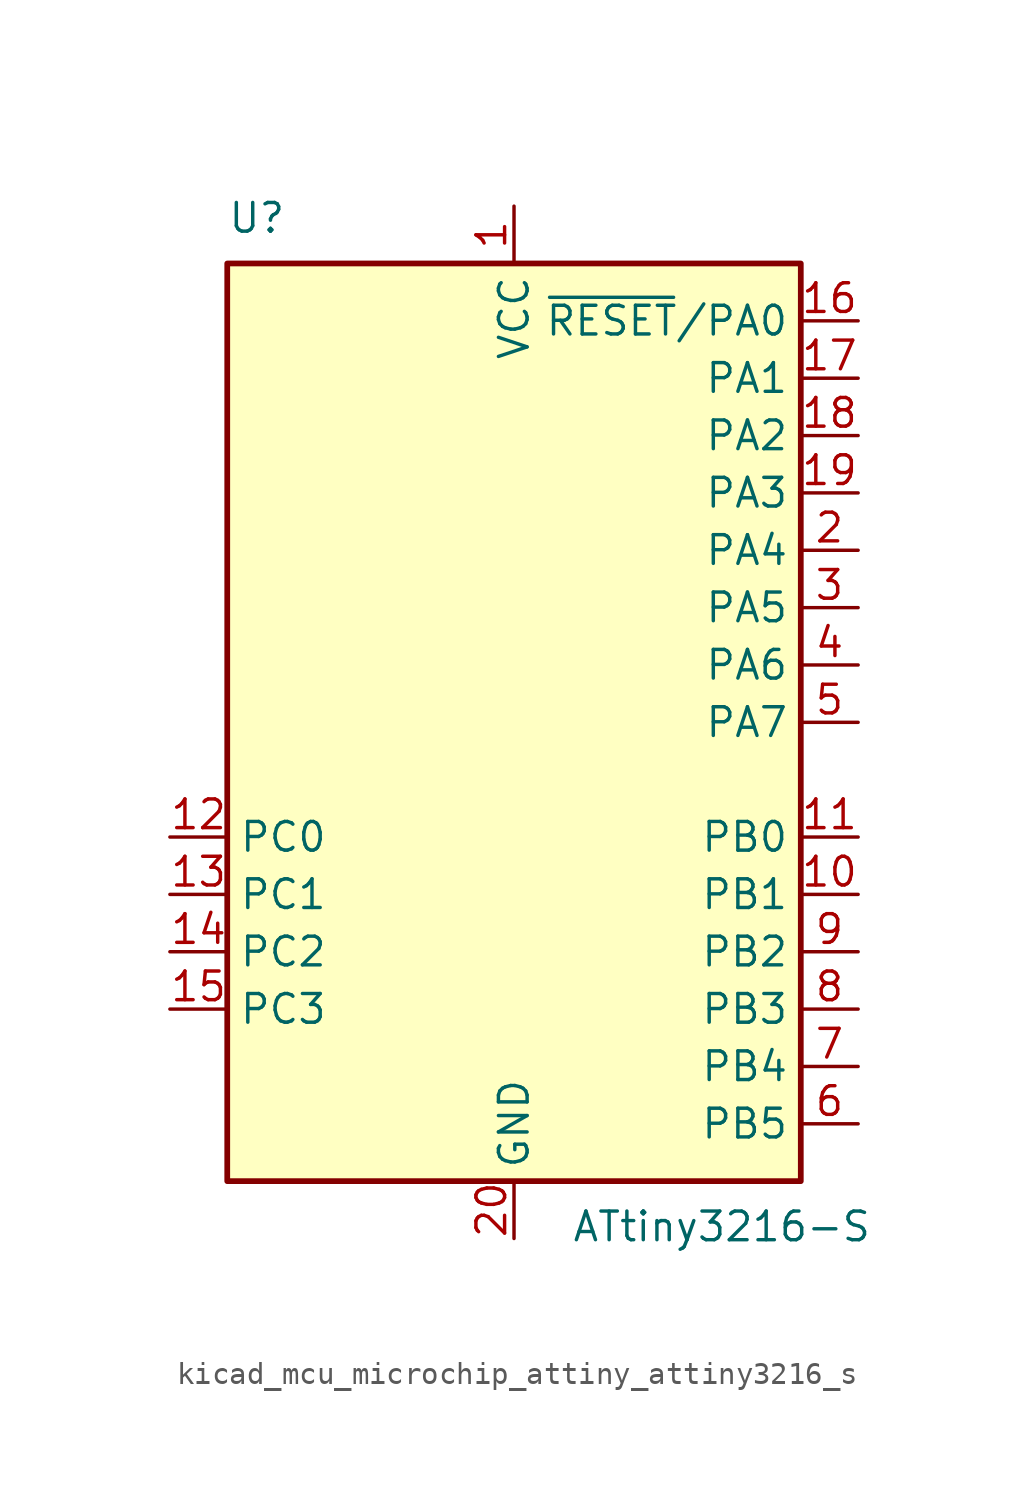
<source format=kicad_sym>
(kicad_symbol_lib
  (version 20220914)
  (generator kicad_symbol_editor)
  (symbol "kicad_mcu_microchip_attiny_attiny3216_s"
    (property "Reference" "U"
      (at -12.7 21.59 0)
      (effects (font (size 1.27 1.27)) (justify left bottom)))
    (property "Value" "ATtiny3216-S"
      (at 2.54 -21.59 0)
      (effects (font (size 1.27 1.27)) (justify left top)))
    (symbol "kicad_mcu_microchip_attiny_attiny3216_s_0_1"
      (rectangle (start -12.7 -20.32) (end 12.7 20.32) (stroke (width 0.254) (type default)) (fill (type background))))
    (symbol "kicad_mcu_microchip_attiny_attiny3216_s_1_1"
      (pin power_in line (at 0 22.86 270) (length 2.54) (name "VCC" (effects (font (size 1.27 1.27)))) (number "1" (effects (font (size 1.27 1.27)))))
      (pin bidirectional line (at 15.24 -7.62 180) (length 2.54) (name "PB1" (effects (font (size 1.27 1.27)))) (number "10" (effects (font (size 1.27 1.27)))))
      (pin bidirectional line (at 15.24 -5.08 180) (length 2.54) (name "PB0" (effects (font (size 1.27 1.27)))) (number "11" (effects (font (size 1.27 1.27)))))
      (pin bidirectional line (at -15.24 -5.08 0) (length 2.54) (name "PC0" (effects (font (size 1.27 1.27)))) (number "12" (effects (font (size 1.27 1.27)))))
      (pin bidirectional line (at -15.24 -7.62 0) (length 2.54) (name "PC1" (effects (font (size 1.27 1.27)))) (number "13" (effects (font (size 1.27 1.27)))))
      (pin bidirectional line (at -15.24 -10.16 0) (length 2.54) (name "PC2" (effects (font (size 1.27 1.27)))) (number "14" (effects (font (size 1.27 1.27)))))
      (pin bidirectional line (at -15.24 -12.7 0) (length 2.54) (name "PC3" (effects (font (size 1.27 1.27)))) (number "15" (effects (font (size 1.27 1.27)))))
      (pin bidirectional line (at 15.24 17.78 180) (length 2.54) (name "~{RESET}/PA0" (effects (font (size 1.27 1.27)))) (number "16" (effects (font (size 1.27 1.27)))))
      (pin bidirectional line (at 15.24 15.24 180) (length 2.54) (name "PA1" (effects (font (size 1.27 1.27)))) (number "17" (effects (font (size 1.27 1.27)))))
      (pin bidirectional line (at 15.24 12.7 180) (length 2.54) (name "PA2" (effects (font (size 1.27 1.27)))) (number "18" (effects (font (size 1.27 1.27)))))
      (pin bidirectional line (at 15.24 10.16 180) (length 2.54) (name "PA3" (effects (font (size 1.27 1.27)))) (number "19" (effects (font (size 1.27 1.27)))))
      (pin bidirectional line (at 15.24 7.62 180) (length 2.54) (name "PA4" (effects (font (size 1.27 1.27)))) (number "2" (effects (font (size 1.27 1.27)))))
      (pin power_in line (at 0 -22.86 90) (length 2.54) (name "GND" (effects (font (size 1.27 1.27)))) (number "20" (effects (font (size 1.27 1.27)))))
      (pin bidirectional line (at 15.24 5.08 180) (length 2.54) (name "PA5" (effects (font (size 1.27 1.27)))) (number "3" (effects (font (size 1.27 1.27)))))
      (pin bidirectional line (at 15.24 2.54 180) (length 2.54) (name "PA6" (effects (font (size 1.27 1.27)))) (number "4" (effects (font (size 1.27 1.27)))))
      (pin bidirectional line (at 15.24 0 180) (length 2.54) (name "PA7" (effects (font (size 1.27 1.27)))) (number "5" (effects (font (size 1.27 1.27)))))
      (pin bidirectional line (at 15.24 -17.78 180) (length 2.54) (name "PB5" (effects (font (size 1.27 1.27)))) (number "6" (effects (font (size 1.27 1.27)))))
      (pin bidirectional line (at 15.24 -15.24 180) (length 2.54) (name "PB4" (effects (font (size 1.27 1.27)))) (number "7" (effects (font (size 1.27 1.27)))))
      (pin bidirectional line (at 15.24 -12.7 180) (length 2.54) (name "PB3" (effects (font (size 1.27 1.27)))) (number "8" (effects (font (size 1.27 1.27)))))
      (pin bidirectional line (at 15.24 -10.16 180) (length 2.54) (name "PB2" (effects (font (size 1.27 1.27)))) (number "9" (effects (font (size 1.27 1.27))))))))
</source>
